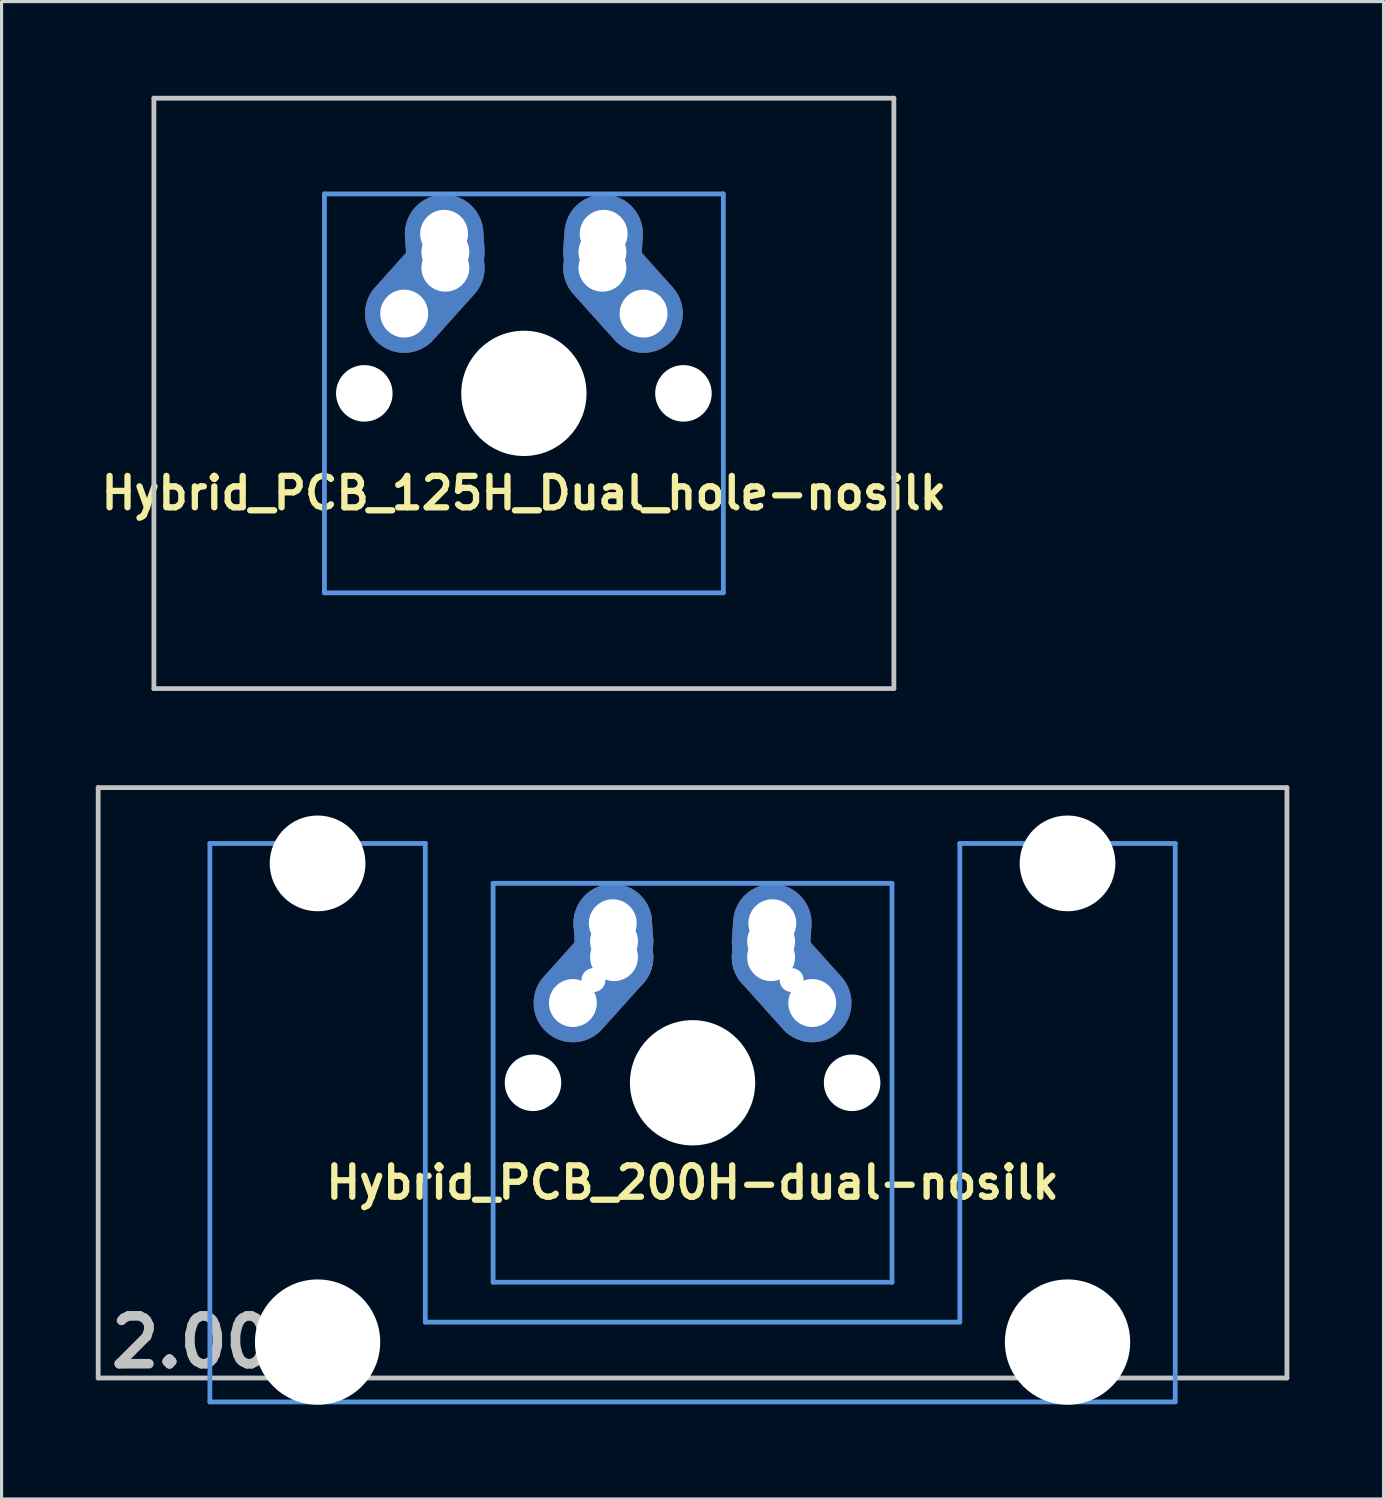
<source format=kicad_pcb>
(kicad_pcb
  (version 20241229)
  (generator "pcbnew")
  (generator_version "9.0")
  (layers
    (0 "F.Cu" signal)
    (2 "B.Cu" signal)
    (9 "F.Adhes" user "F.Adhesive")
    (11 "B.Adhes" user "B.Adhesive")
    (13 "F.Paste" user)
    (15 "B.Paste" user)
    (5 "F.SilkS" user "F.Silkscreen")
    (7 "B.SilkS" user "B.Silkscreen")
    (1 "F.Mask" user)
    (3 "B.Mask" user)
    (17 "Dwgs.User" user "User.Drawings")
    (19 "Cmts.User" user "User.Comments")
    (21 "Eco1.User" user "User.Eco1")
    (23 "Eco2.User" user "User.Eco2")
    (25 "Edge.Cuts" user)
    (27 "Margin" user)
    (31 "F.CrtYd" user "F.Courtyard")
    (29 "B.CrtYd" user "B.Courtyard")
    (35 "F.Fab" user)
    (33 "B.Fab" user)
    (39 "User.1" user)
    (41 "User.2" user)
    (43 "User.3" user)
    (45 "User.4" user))
  (footprint "Hybrid_PCB_125H_Dual_hole-nosilk"
    (layer "F.Cu")
    (at 13.629 9.474)
    (property "Reference" "Hybrid_PCB_125H_Dual_hole-nosilk" (at 0 3.175 0) (layer "F.SilkS") (effects (font (size 1 1) (thickness 0.2))))
    (attr through_hole)
    (fp_line (start -11.779 -9.398) (end 11.779 -9.398) (stroke (width 0.152) (type solid)) (layer "Dwgs.User"))
    (fp_line (start -11.779 9.398) (end -11.779 -9.398) (stroke (width 0.152) (type solid)) (layer "Dwgs.User"))
    (fp_line (start 11.779 -9.398) (end 11.779 9.398) (stroke (width 0.152) (type solid)) (layer "Dwgs.User"))
    (fp_line (start 11.779 9.398) (end -11.779 9.398) (stroke (width 0.152) (type solid)) (layer "Dwgs.User"))
    (fp_line (start -6.35 -6.35) (end 6.35 -6.35) (stroke (width 0.152) (type solid)) (layer "Cmts.User"))
    (fp_line (start -6.35 6.35) (end -6.35 -6.35) (stroke (width 0.152) (type solid)) (layer "Cmts.User"))
    (fp_line (start 6.35 -6.35) (end 6.35 6.35) (stroke (width 0.152) (type solid)) (layer "Cmts.User"))
    (fp_line (start 6.35 6.35) (end -6.35 6.35) (stroke (width 0.152) (type solid)) (layer "Cmts.User"))
    (fp_line (start -6.985 -6.985) (end 6.985 -6.985) (stroke (width 0.152) (type solid)) (layer "Eco2.User"))
    (fp_line (start -6.985 6.985) (end -6.985 -6.985) (stroke (width 0.152) (type solid)) (layer "Eco2.User"))
    (fp_line (start 6.985 -6.985) (end 6.985 6.985) (stroke (width 0.152) (type solid)) (layer "Eco2.User"))
    (fp_line (start 6.985 6.985) (end -6.985 6.985) (stroke (width 0.152) (type solid)) (layer "Eco2.User"))
    (pad "" np_thru_hole circle (at -5.08 0) (size 1.8 1.8) (drill 1.8) (layers "*.Cu"))
    (pad "" np_thru_hole circle (at 0 0) (size 3.988 3.988) (drill 3.988) (layers "*.Cu"))
    (pad "" np_thru_hole circle (at 5.08 0) (size 1.8 1.8) (drill 1.8) (layers "*.Cu"))
    (pad "1" thru_hole circle (at -3.81 -2.54 330.95) (size 2 2) (drill 1.524) (layers "*.Cu" "*.Mask"))
    (pad "1" thru_hole oval (at -3.155 -3.27 138.1) (size 2.5 4.462) (drill 0.001) (layers "*.Cu" "*.Mask"))
    (pad "1" thru_hole circle (at -2.54 -5.08 330.95) (size 2 2) (drill 1.524) (layers "*.Cu" "*.Mask"))
    (pad "1" thru_hole oval (at -2.52 -4.79 3.945) (size 2.5 3.081) (drill 0.001) (layers "*.Cu" "*.Mask"))
    (pad "1" thru_hole circle (at -2.5 -4.5 330.95) (size 2 2) (drill 1.524) (layers "*.Cu" "*.Mask"))
    (pad "1" thru_hole circle (at -2.5 -4 330.95) (size 2 2) (drill 1.524) (layers "*.Cu" "*.Mask"))
    (pad "2" thru_hole circle (at 2.5 -4.5 330.95) (size 2 2) (drill 1.524) (layers "*.Cu" "*.Mask"))
    (pad "2" thru_hole circle (at 2.5 -4) (size 2 2) (drill 1.524) (layers "*.Cu" "*.Mask"))
    (pad "2" thru_hole oval (at 2.52 -4.79 356.055) (size 2.5 3.081) (drill 0.001) (layers "*.Cu" "*.Mask"))
    (pad "2" thru_hole circle (at 2.54 -5.08 330.95) (size 2 2) (drill 1.524) (layers "*.Cu" "*.Mask"))
    (pad "2" thru_hole oval (at 3.155 -3.27 221.9) (size 2.5 4.462) (drill 0.001) (layers "*.Cu" "*.Mask"))
    (pad "2" thru_hole circle (at 3.81 -2.54 330.95) (size 2 2) (drill 1.524) (layers "*.Cu" "*.Mask")))
  (footprint "Hybrid_PCB_200H-dual-nosilk"
    (layer "F.Cu")
    (at 18.999 31.423)
    (property "Reference" "Hybrid_PCB_200H-dual-nosilk" (at 0 3.175 0) (layer "F.SilkS") (effects (font (size 1 1) (thickness 0.2))))
    (attr through_hole)
    (fp_line (start -18.923 -9.398) (end 18.923 -9.398) (stroke (width 0.152) (type solid)) (layer "Dwgs.User"))
    (fp_line (start -18.923 9.398) (end -18.923 -9.398) (stroke (width 0.152) (type solid)) (layer "Dwgs.User"))
    (fp_line (start 18.923 -9.398) (end 18.923 9.398) (stroke (width 0.152) (type solid)) (layer "Dwgs.User"))
    (fp_line (start 18.923 9.398) (end -18.923 9.398) (stroke (width 0.152) (type solid)) (layer "Dwgs.User"))
    (fp_line (start -15.367 -7.62) (end -15.367 10.16) (stroke (width 0.152) (type solid)) (layer "Cmts.User"))
    (fp_line (start -15.367 10.16) (end 15.367 10.16) (stroke (width 0.152) (type solid)) (layer "Cmts.User"))
    (fp_line (start -8.509 -7.62) (end -15.367 -7.62) (stroke (width 0.152) (type solid)) (layer "Cmts.User"))
    (fp_line (start -8.509 7.62) (end -8.509 -7.62) (stroke (width 0.152) (type solid)) (layer "Cmts.User"))
    (fp_line (start -6.35 -6.35) (end 6.35 -6.35) (stroke (width 0.152) (type solid)) (layer "Cmts.User"))
    (fp_line (start -6.35 6.35) (end -6.35 -6.35) (stroke (width 0.152) (type solid)) (layer "Cmts.User"))
    (fp_line (start 6.35 -6.35) (end 6.35 6.35) (stroke (width 0.152) (type solid)) (layer "Cmts.User"))
    (fp_line (start 6.35 6.35) (end -6.35 6.35) (stroke (width 0.152) (type solid)) (layer "Cmts.User"))
    (fp_line (start 8.509 -7.62) (end 8.509 7.62) (stroke (width 0.152) (type solid)) (layer "Cmts.User"))
    (fp_line (start 8.509 7.62) (end -8.509 7.62) (stroke (width 0.152) (type solid)) (layer "Cmts.User"))
    (fp_line (start 15.367 -7.62) (end 8.509 -7.62) (stroke (width 0.152) (type solid)) (layer "Cmts.User"))
    (fp_line (start 15.367 10.16) (end 15.367 -7.62) (stroke (width 0.152) (type solid)) (layer "Cmts.User"))
    (fp_line (start -16.129 -2.286) (end -15.265 -2.286) (stroke (width 0.152) (type solid)) (layer "Eco2.User"))
    (fp_line (start -16.129 0.508) (end -16.129 -2.286) (stroke (width 0.152) (type solid)) (layer "Eco2.User"))
    (fp_line (start -15.265 -5.69) (end -8.611 -5.69) (stroke (width 0.152) (type solid)) (layer "Eco2.User"))
    (fp_line (start -15.265 -2.286) (end -15.265 -5.69) (stroke (width 0.152) (type solid)) (layer "Eco2.User"))
    (fp_line (start -15.265 0.508) (end -16.129 0.508) (stroke (width 0.152) (type solid)) (layer "Eco2.User"))
    (fp_line (start -15.265 6.604) (end -15.265 0.508) (stroke (width 0.152) (type solid)) (layer "Eco2.User"))
    (fp_line (start -14.224 6.604) (end -15.265 6.604) (stroke (width 0.152) (type solid)) (layer "Eco2.User"))
    (fp_line (start -14.224 7.772) (end -14.224 6.604) (stroke (width 0.152) (type solid)) (layer "Eco2.User"))
    (fp_line (start -9.652 6.604) (end -9.652 7.772) (stroke (width 0.152) (type solid)) (layer "Eco2.User"))
    (fp_line (start -9.652 7.772) (end -14.224 7.772) (stroke (width 0.152) (type solid)) (layer "Eco2.User"))
    (fp_line (start -8.611 -5.69) (end -8.611 -4.877) (stroke (width 0.152) (type solid)) (layer "Eco2.User"))
    (fp_line (start -8.611 -4.877) (end -6.985 -4.877) (stroke (width 0.152) (type solid)) (layer "Eco2.User"))
    (fp_line (start -8.611 5.817) (end -8.611 6.604) (stroke (width 0.152) (type solid)) (layer "Eco2.User"))
    (fp_line (start -8.611 6.604) (end -9.652 6.604) (stroke (width 0.152) (type solid)) (layer "Eco2.User"))
    (fp_line (start -6.985 -6.985) (end 6.985 -6.985) (stroke (width 0.152) (type solid)) (layer "Eco2.User"))
    (fp_line (start -6.985 -4.877) (end -6.985 -6.985) (stroke (width 0.152) (type solid)) (layer "Eco2.User"))
    (fp_line (start -6.985 5.817) (end -8.611 5.817) (stroke (width 0.152) (type solid)) (layer "Eco2.User"))
    (fp_line (start -6.985 6.985) (end -6.985 5.817) (stroke (width 0.152) (type solid)) (layer "Eco2.User"))
    (fp_line (start 6.985 -6.985) (end 6.985 -4.877) (stroke (width 0.152) (type solid)) (layer "Eco2.User"))
    (fp_line (start 6.985 -4.877) (end 8.611 -4.877) (stroke (width 0.152) (type solid)) (layer "Eco2.User"))
    (fp_line (start 6.985 5.817) (end 6.985 6.985) (stroke (width 0.152) (type solid)) (layer "Eco2.User"))
    (fp_line (start 6.985 6.985) (end -6.985 6.985) (stroke (width 0.152) (type solid)) (layer "Eco2.User"))
    (fp_line (start 8.611 -5.69) (end 15.265 -5.69) (stroke (width 0.152) (type solid)) (layer "Eco2.User"))
    (fp_line (start 8.611 -4.877) (end 8.611 -5.69) (stroke (width 0.152) (type solid)) (layer "Eco2.User"))
    (fp_line (start 8.611 5.817) (end 6.985 5.817) (stroke (width 0.152) (type solid)) (layer "Eco2.User"))
    (fp_line (start 8.611 6.604) (end 8.611 5.817) (stroke (width 0.152) (type solid)) (layer "Eco2.User"))
    (fp_line (start 9.652 6.604) (end 8.611 6.604) (stroke (width 0.152) (type solid)) (layer "Eco2.User"))
    (fp_line (start 9.652 7.772) (end 9.652 6.604) (stroke (width 0.152) (type solid)) (layer "Eco2.User"))
    (fp_line (start 14.224 6.604) (end 14.224 7.772) (stroke (width 0.152) (type solid)) (layer "Eco2.User"))
    (fp_line (start 14.224 7.772) (end 9.652 7.772) (stroke (width 0.152) (type solid)) (layer "Eco2.User"))
    (fp_line (start 15.265 -5.69) (end 15.265 -2.286) (stroke (width 0.152) (type solid)) (layer "Eco2.User"))
    (fp_line (start 15.265 -2.286) (end 16.129 -2.286) (stroke (width 0.152) (type solid)) (layer "Eco2.User"))
    (fp_line (start 15.265 0.508) (end 15.265 6.604) (stroke (width 0.152) (type solid)) (layer "Eco2.User"))
    (fp_line (start 15.265 6.604) (end 14.224 6.604) (stroke (width 0.152) (type solid)) (layer "Eco2.User"))
    (fp_line (start 16.129 -2.286) (end 16.129 0.508) (stroke (width 0.152) (type solid)) (layer "Eco2.User"))
    (fp_line (start 16.129 0.508) (end 15.265 0.508) (stroke (width 0.152) (type solid)) (layer "Eco2.User"))
    (fp_text user "2.00u" (at -15.24 8.255 0) (layer "Dwgs.User") (effects (font (size 1.524 1.524) (thickness 0.305))))
    (pad "" np_thru_hole circle (at -11.938 -6.985) (size 3.048 3.048) (drill 3.048) (layers "*.Cu" "*.Mask"))
    (pad "" np_thru_hole circle (at -11.938 8.255) (size 3.988 3.988) (drill 3.988) (layers "*.Cu" "*.Mask"))
    (pad "" np_thru_hole circle (at -5.08 0) (size 1.8 1.8) (drill 1.8) (layers "*.Cu" "*.Mask"))
    (pad "" np_thru_hole circle (at 0 0) (size 3.988 3.988) (drill 3.988) (layers "*.Cu" "*.Mask"))
    (pad "" np_thru_hole circle (at 5.08 0) (size 1.8 1.8) (drill 1.8) (layers "*.Cu" "*.Mask"))
    (pad "" np_thru_hole circle (at 11.938 -6.985) (size 3.048 3.048) (drill 3.048) (layers "*.Cu" "*.Mask"))
    (pad "" np_thru_hole circle (at 11.938 8.255) (size 3.988 3.988) (drill 3.988) (layers "*.Cu" "*.Mask"))
    (pad "1" thru_hole circle (at -3.81 -2.54 330.9) (size 2 2) (drill 1.524) (layers "*.Cu" "B.Mask"))
    (pad "1" thru_hole oval (at -3.155 -3.27 138.1) (size 2.5 4.462) (drill 0.762) (layers "*.Cu" "B.Mask"))
    (pad "1" thru_hole circle (at -2.54 -5.08 330.9) (size 2.5 2.5) (drill 1.524) (layers "*.Cu" "F.Mask"))
    (pad "1" thru_hole oval (at -2.52 -4.79 3.9) (size 2.5 3.081) (drill 0.762) (layers "*.Cu" "F.Mask"))
    (pad "1" thru_hole circle (at -2.5 -4.5 330.9) (size 2.5 2.5) (drill 1.524) (layers "*.Cu" "F.Mask"))
    (pad "1" thru_hole circle (at -2.5 -4 330.9) (size 2.5 2.5) (drill 1.524) (layers "*.Cu" "*.Mask"))
    (pad "2" thru_hole circle (at 2.5 -4.5 330.9) (size 2 2) (drill 1.524) (layers "*.Cu" "B.Mask"))
    (pad "2" thru_hole circle (at 2.5 -4) (size 2.5 2.5) (drill 1.524) (layers "*.Cu" "*.Mask"))
    (pad "2" thru_hole oval (at 2.52 -4.79 356.1) (size 2.5 3.081) (drill 0.762) (layers "*.Cu" "B.Mask"))
    (pad "2" thru_hole circle (at 2.54 -5.08 330.9) (size 2 2) (drill 1.524) (layers "*.Cu" "B.Mask"))
    (pad "2" thru_hole oval (at 3.155 -3.27 221.9) (size 2.5 4.462) (drill 0.762) (layers "*.Cu" "F.Mask"))
    (pad "2" thru_hole circle (at 3.81 -2.54 330.9) (size 2 2) (drill 1.524) (layers "*.Cu" "F.Mask")))
  (gr_rect
    (start -3 -3)
    (end 40.998 44.672)
    (stroke (width 0.1) (type default))
    (fill no)
    (layer "Edge.Cuts")))
</source>
